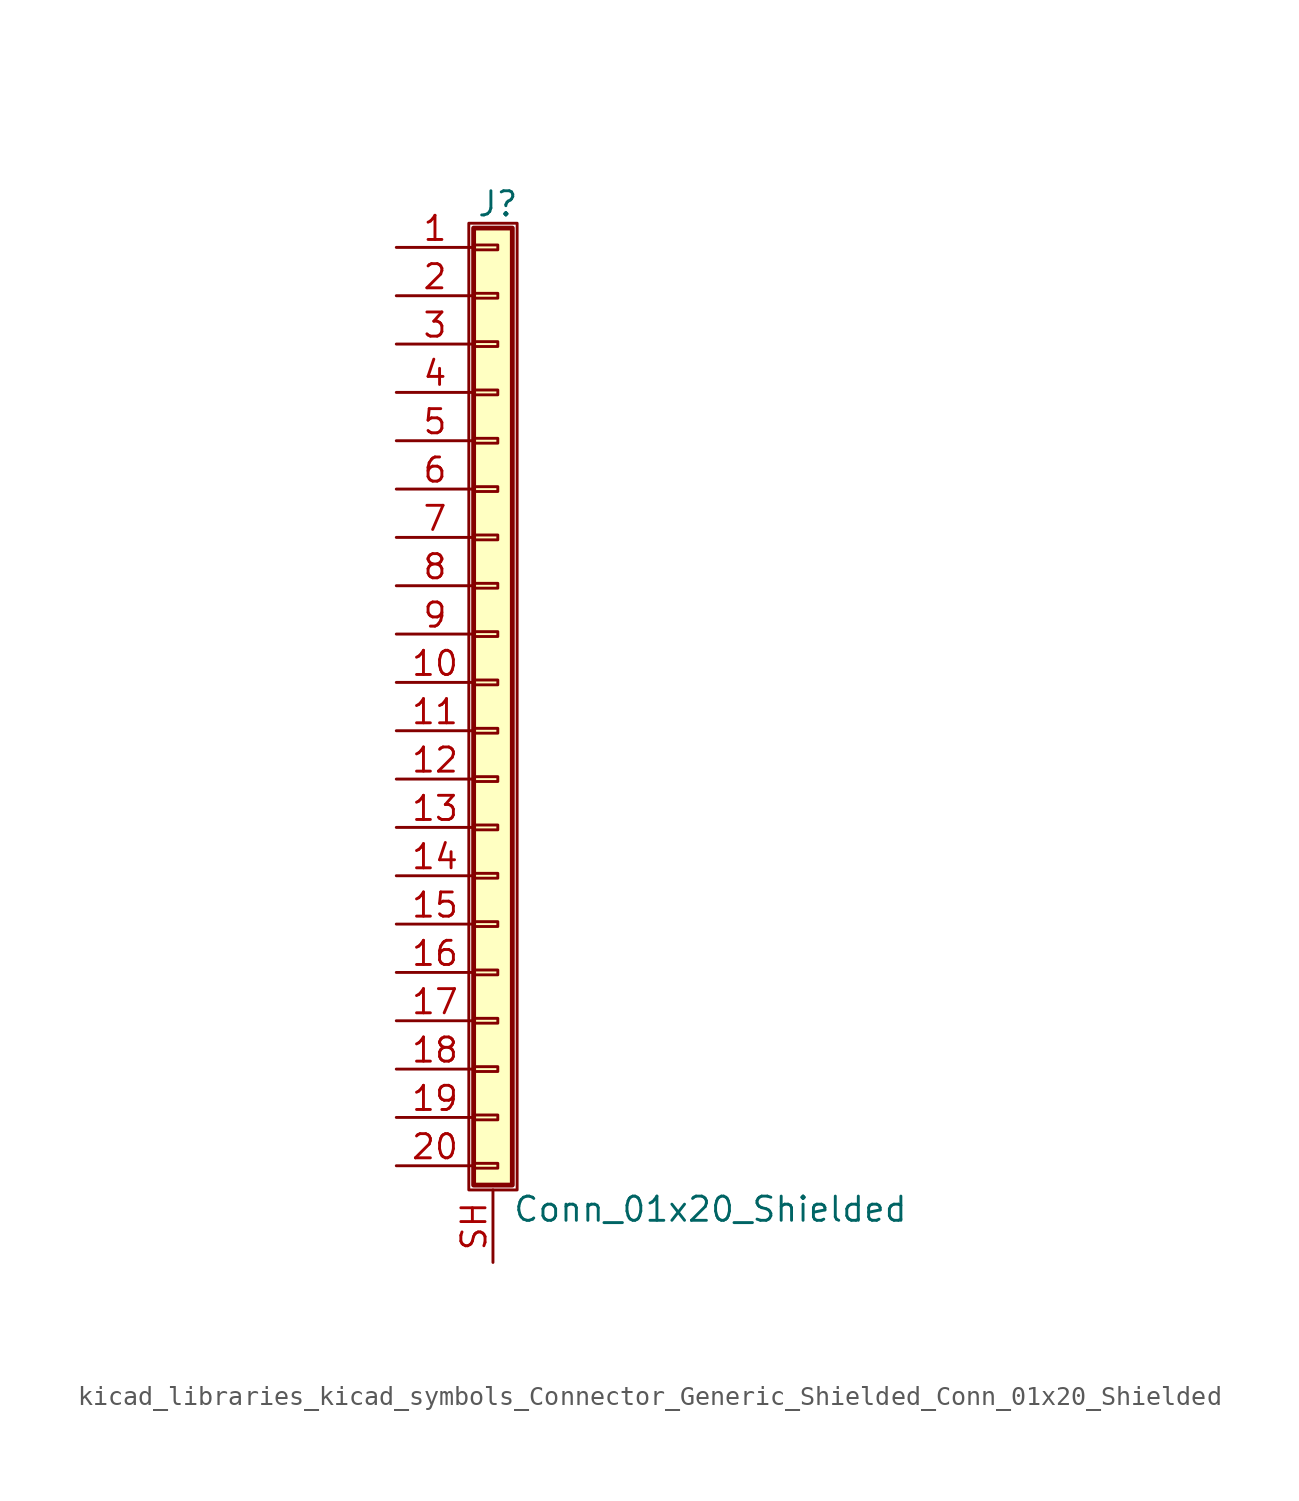
<source format=kicad_sym>
(kicad_symbol_lib
  (version 20220914)
  (generator kicad_symbol_editor)
  (symbol "kicad_libraries_kicad_symbols_Connector_Generic_Shielded_Conn_01x20_Shielded"
    (pin_names
      (offset 1.016) hide)
    (property "Reference" "J"
      (at 0.254 25.146 0)
      (effects (font (size 1.27 1.27))))
    (property "Value" "Conn_01x20_Shielded"
      (at 1.016 -27.686 0)
      (effects (font (size 1.27 1.27)) (justify left)))
    (symbol "kicad_libraries_kicad_symbols_Connector_Generic_Shielded_Conn_01x20_Shielded_1_1"
      (rectangle (start -1.27 24.13) (end 1.27 -26.67) (stroke (width 0.152) (type default)) (fill (type none)))
      (rectangle (start -1.016 -25.273) (end 0.254 -25.527) (stroke (width 0.152) (type default)) (fill (type none)))
      (rectangle (start -1.016 -22.733) (end 0.254 -22.987) (stroke (width 0.152) (type default)) (fill (type none)))
      (rectangle (start -1.016 -20.193) (end 0.254 -20.447) (stroke (width 0.152) (type default)) (fill (type none)))
      (rectangle (start -1.016 -17.653) (end 0.254 -17.907) (stroke (width 0.152) (type default)) (fill (type none)))
      (rectangle (start -1.016 -15.113) (end 0.254 -15.367) (stroke (width 0.152) (type default)) (fill (type none)))
      (rectangle (start -1.016 -12.573) (end 0.254 -12.827) (stroke (width 0.152) (type default)) (fill (type none)))
      (rectangle (start -1.016 -10.033) (end 0.254 -10.287) (stroke (width 0.152) (type default)) (fill (type none)))
      (rectangle (start -1.016 -7.493) (end 0.254 -7.747) (stroke (width 0.152) (type default)) (fill (type none)))
      (rectangle (start -1.016 -4.953) (end 0.254 -5.207) (stroke (width 0.152) (type default)) (fill (type none)))
      (rectangle (start -1.016 -2.413) (end 0.254 -2.667) (stroke (width 0.152) (type default)) (fill (type none)))
      (rectangle (start -1.016 0.127) (end 0.254 -0.127) (stroke (width 0.152) (type default)) (fill (type none)))
      (rectangle (start -1.016 2.667) (end 0.254 2.413) (stroke (width 0.152) (type default)) (fill (type none)))
      (rectangle (start -1.016 5.207) (end 0.254 4.953) (stroke (width 0.152) (type default)) (fill (type none)))
      (rectangle (start -1.016 7.747) (end 0.254 7.493) (stroke (width 0.152) (type default)) (fill (type none)))
      (rectangle (start -1.016 10.287) (end 0.254 10.033) (stroke (width 0.152) (type default)) (fill (type none)))
      (rectangle (start -1.016 12.827) (end 0.254 12.573) (stroke (width 0.152) (type default)) (fill (type none)))
      (rectangle (start -1.016 15.367) (end 0.254 15.113) (stroke (width 0.152) (type default)) (fill (type none)))
      (rectangle (start -1.016 17.907) (end 0.254 17.653) (stroke (width 0.152) (type default)) (fill (type none)))
      (rectangle (start -1.016 20.447) (end 0.254 20.193) (stroke (width 0.152) (type default)) (fill (type none)))
      (rectangle (start -1.016 22.987) (end 0.254 22.733) (stroke (width 0.152) (type default)) (fill (type none)))
      (rectangle (start -1.016 23.876) (end 1.016 -26.416) (stroke (width 0.254) (type default)) (fill (type background)))
      (pin passive line (at -5.08 22.86 0) (length 4.064) (name "Pin_1" (effects (font (size 1.27 1.27)))) (number "1" (effects (font (size 1.27 1.27)))))
      (pin passive line (at -5.08 0 0) (length 4.064) (name "Pin_10" (effects (font (size 1.27 1.27)))) (number "10" (effects (font (size 1.27 1.27)))))
      (pin passive line (at -5.08 -2.54 0) (length 4.064) (name "Pin_11" (effects (font (size 1.27 1.27)))) (number "11" (effects (font (size 1.27 1.27)))))
      (pin passive line (at -5.08 -5.08 0) (length 4.064) (name "Pin_12" (effects (font (size 1.27 1.27)))) (number "12" (effects (font (size 1.27 1.27)))))
      (pin passive line (at -5.08 -7.62 0) (length 4.064) (name "Pin_13" (effects (font (size 1.27 1.27)))) (number "13" (effects (font (size 1.27 1.27)))))
      (pin passive line (at -5.08 -10.16 0) (length 4.064) (name "Pin_14" (effects (font (size 1.27 1.27)))) (number "14" (effects (font (size 1.27 1.27)))))
      (pin passive line (at -5.08 -12.7 0) (length 4.064) (name "Pin_15" (effects (font (size 1.27 1.27)))) (number "15" (effects (font (size 1.27 1.27)))))
      (pin passive line (at -5.08 -15.24 0) (length 4.064) (name "Pin_16" (effects (font (size 1.27 1.27)))) (number "16" (effects (font (size 1.27 1.27)))))
      (pin passive line (at -5.08 -17.78 0) (length 4.064) (name "Pin_17" (effects (font (size 1.27 1.27)))) (number "17" (effects (font (size 1.27 1.27)))))
      (pin passive line (at -5.08 -20.32 0) (length 4.064) (name "Pin_18" (effects (font (size 1.27 1.27)))) (number "18" (effects (font (size 1.27 1.27)))))
      (pin passive line (at -5.08 -22.86 0) (length 4.064) (name "Pin_19" (effects (font (size 1.27 1.27)))) (number "19" (effects (font (size 1.27 1.27)))))
      (pin passive line (at -5.08 20.32 0) (length 4.064) (name "Pin_2" (effects (font (size 1.27 1.27)))) (number "2" (effects (font (size 1.27 1.27)))))
      (pin passive line (at -5.08 -25.4 0) (length 4.064) (name "Pin_20" (effects (font (size 1.27 1.27)))) (number "20" (effects (font (size 1.27 1.27)))))
      (pin passive line (at -5.08 17.78 0) (length 4.064) (name "Pin_3" (effects (font (size 1.27 1.27)))) (number "3" (effects (font (size 1.27 1.27)))))
      (pin passive line (at -5.08 15.24 0) (length 4.064) (name "Pin_4" (effects (font (size 1.27 1.27)))) (number "4" (effects (font (size 1.27 1.27)))))
      (pin passive line (at -5.08 12.7 0) (length 4.064) (name "Pin_5" (effects (font (size 1.27 1.27)))) (number "5" (effects (font (size 1.27 1.27)))))
      (pin passive line (at -5.08 10.16 0) (length 4.064) (name "Pin_6" (effects (font (size 1.27 1.27)))) (number "6" (effects (font (size 1.27 1.27)))))
      (pin passive line (at -5.08 7.62 0) (length 4.064) (name "Pin_7" (effects (font (size 1.27 1.27)))) (number "7" (effects (font (size 1.27 1.27)))))
      (pin passive line (at -5.08 5.08 0) (length 4.064) (name "Pin_8" (effects (font (size 1.27 1.27)))) (number "8" (effects (font (size 1.27 1.27)))))
      (pin passive line (at -5.08 2.54 0) (length 4.064) (name "Pin_9" (effects (font (size 1.27 1.27)))) (number "9" (effects (font (size 1.27 1.27)))))
      (pin passive line (at 0 -30.48 90) (length 3.81) (name "Shield" (effects (font (size 1.27 1.27)))) (number "SH" (effects (font (size 1.27 1.27))))))))
</source>
